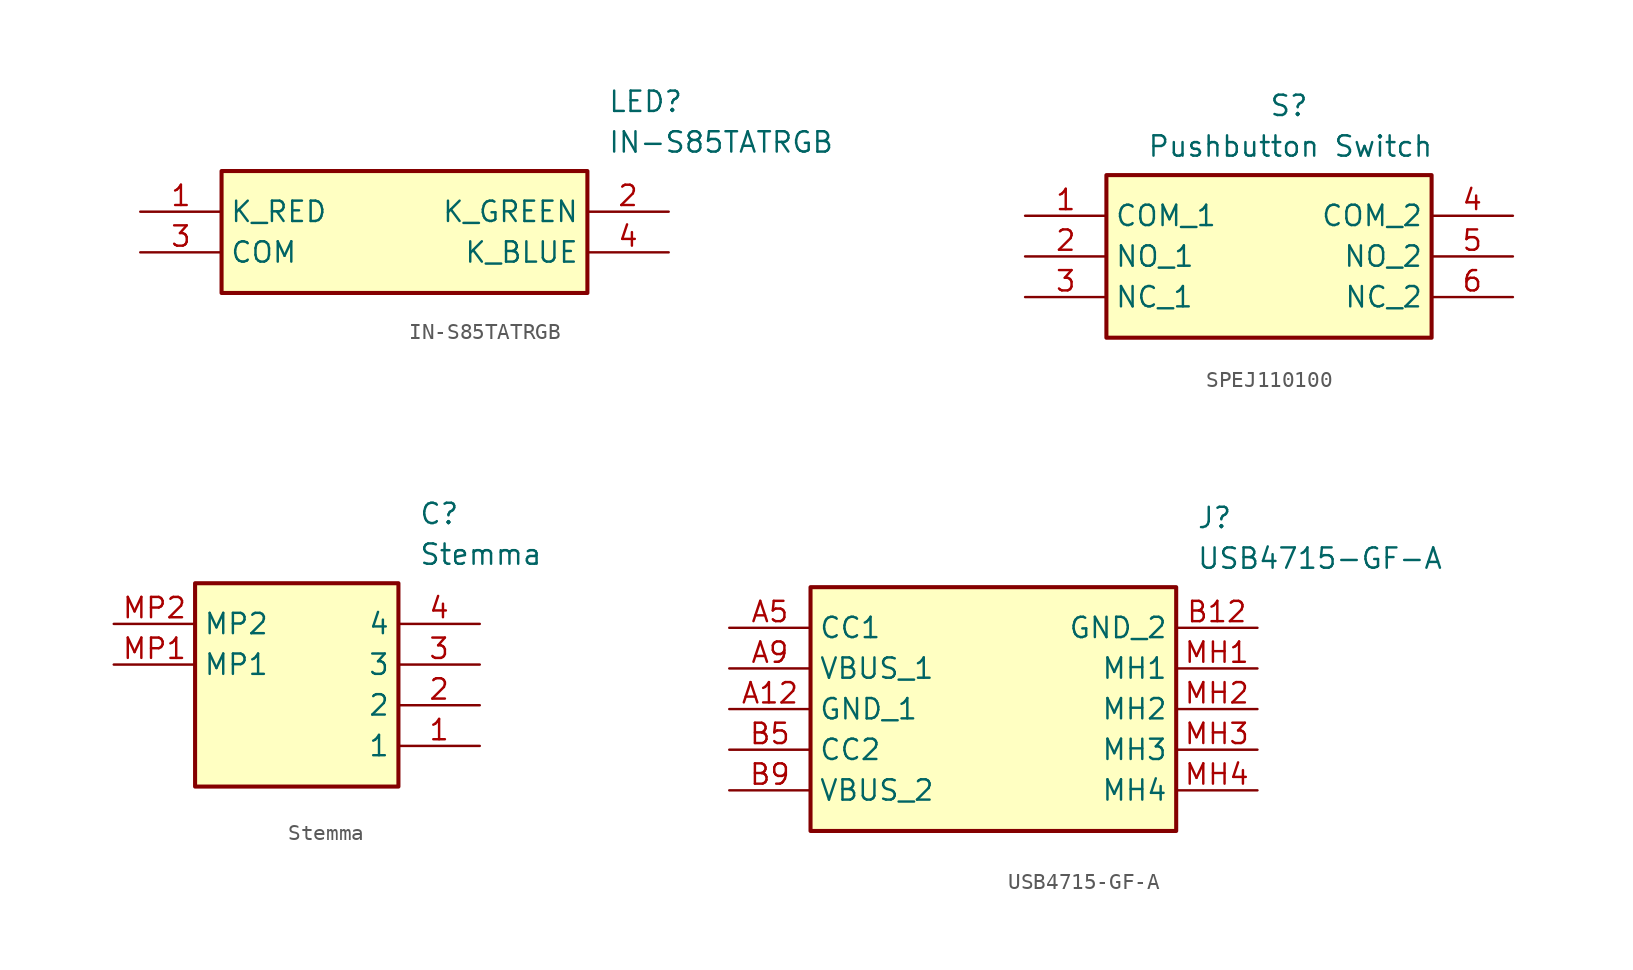
<source format=kicad_sym>
(kicad_symbol_lib
  (version 20220914)
  (generator kicad_symbol_editor)
  (symbol "IN-S85TATRGB"
    (property "Reference" "LED"
      (at 29.21 7.62 0)
      (effects (font (size 1.27 1.27)) (justify left top)))
    (property "Value" "IN-S85TATRGB"
      (at 29.21 5.08 0)
      (effects (font (size 1.27 1.27)) (justify left top)))
    (symbol "IN-S85TATRGB_1_1"
      (rectangle (start 5.08 2.54) (end 27.94 -5.08) (stroke (width 0.254) (type default)) (fill (type background)))
      (pin passive line (at 0 0 0) (length 5.08) (name "K_RED" (effects (font (size 1.27 1.27)))) (number "1" (effects (font (size 1.27 1.27)))))
      (pin passive line (at 33.02 0 180) (length 5.08) (name "K_GREEN" (effects (font (size 1.27 1.27)))) (number "2" (effects (font (size 1.27 1.27)))))
      (pin passive line (at 0 -2.54 0) (length 5.08) (name "COM" (effects (font (size 1.27 1.27)))) (number "3" (effects (font (size 1.27 1.27)))))
      (pin passive line (at 33.02 -2.54 180) (length 5.08) (name "K_BLUE" (effects (font (size 1.27 1.27)))) (number "4" (effects (font (size 1.27 1.27)))))))
  (symbol "SPEJ110100"
    (property "Reference" "S"
      (at 15.24 7.62 0)
      (effects (font (size 1.27 1.27)) (justify left top)))
    (property "Value" "Pushbutton Switch"
      (at 7.62 5.08 0)
      (effects (font (size 1.27 1.27)) (justify left top)))
    (symbol "SPEJ110100_1_1"
      (rectangle (start 5.08 2.54) (end 25.4 -7.62) (stroke (width 0.254) (type default)) (fill (type background)))
      (pin passive line (at 0 0 0) (length 5.08) (name "COM_1" (effects (font (size 1.27 1.27)))) (number "1" (effects (font (size 1.27 1.27)))))
      (pin passive line (at 0 -2.54 0) (length 5.08) (name "NO_1" (effects (font (size 1.27 1.27)))) (number "2" (effects (font (size 1.27 1.27)))))
      (pin passive line (at 0 -5.08 0) (length 5.08) (name "NC_1" (effects (font (size 1.27 1.27)))) (number "3" (effects (font (size 1.27 1.27)))))
      (pin passive line (at 30.48 0 180) (length 5.08) (name "COM_2" (effects (font (size 1.27 1.27)))) (number "4" (effects (font (size 1.27 1.27)))))
      (pin passive line (at 30.48 -2.54 180) (length 5.08) (name "NO_2" (effects (font (size 1.27 1.27)))) (number "5" (effects (font (size 1.27 1.27)))))
      (pin passive line (at 30.48 -5.08 180) (length 5.08) (name "NC_2" (effects (font (size 1.27 1.27)))) (number "6" (effects (font (size 1.27 1.27)))))))
  (symbol "Stemma"
    (property "Reference" "C"
      (at 19.05 7.62 0)
      (effects (font (size 1.27 1.27)) (justify left top)))
    (property "Value" "Stemma"
      (at 19.05 5.08 0)
      (effects (font (size 1.27 1.27)) (justify left top)))
    (symbol "Stemma_1_1"
      (rectangle (start 5.08 2.54) (end 17.78 -10.16) (stroke (width 0.254) (type default)) (fill (type background)))
      (pin passive line (at 22.86 -7.62 180) (length 5.08) (name "1" (effects (font (size 1.27 1.27)))) (number "1" (effects (font (size 1.27 1.27)))))
      (pin passive line (at 22.86 -5.08 180) (length 5.08) (name "2" (effects (font (size 1.27 1.27)))) (number "2" (effects (font (size 1.27 1.27)))))
      (pin passive line (at 22.86 -2.54 180) (length 5.08) (name "3" (effects (font (size 1.27 1.27)))) (number "3" (effects (font (size 1.27 1.27)))))
      (pin passive line (at 22.86 0 180) (length 5.08) (name "4" (effects (font (size 1.27 1.27)))) (number "4" (effects (font (size 1.27 1.27)))))
      (pin passive line (at 0 -2.54 0) (length 5.08) (name "MP1" (effects (font (size 1.27 1.27)))) (number "MP1" (effects (font (size 1.27 1.27)))))
      (pin passive line (at 0 0 0) (length 5.08) (name "MP2" (effects (font (size 1.27 1.27)))) (number "MP2" (effects (font (size 1.27 1.27)))))))
  (symbol "USB4715-GF-A"
    (property "Reference" "J"
      (at 29.21 7.62 0)
      (effects (font (size 1.27 1.27)) (justify left top)))
    (property "Value" "USB4715-GF-A"
      (at 29.21 5.08 0)
      (effects (font (size 1.27 1.27)) (justify left top)))
    (symbol "USB4715-GF-A_1_1"
      (rectangle (start 5.08 2.54) (end 27.94 -12.7) (stroke (width 0.254) (type default)) (fill (type background)))
      (pin passive line (at 0 -5.08 0) (length 5.08) (name "GND_1" (effects (font (size 1.27 1.27)))) (number "A12" (effects (font (size 1.27 1.27)))))
      (pin passive line (at 0 0 0) (length 5.08) (name "CC1" (effects (font (size 1.27 1.27)))) (number "A5" (effects (font (size 1.27 1.27)))))
      (pin passive line (at 0 -2.54 0) (length 5.08) (name "VBUS_1" (effects (font (size 1.27 1.27)))) (number "A9" (effects (font (size 1.27 1.27)))))
      (pin passive line (at 33.02 0 180) (length 5.08) (name "GND_2" (effects (font (size 1.27 1.27)))) (number "B12" (effects (font (size 1.27 1.27)))))
      (pin passive line (at 0 -7.62 0) (length 5.08) (name "CC2" (effects (font (size 1.27 1.27)))) (number "B5" (effects (font (size 1.27 1.27)))))
      (pin passive line (at 0 -10.16 0) (length 5.08) (name "VBUS_2" (effects (font (size 1.27 1.27)))) (number "B9" (effects (font (size 1.27 1.27)))))
      (pin passive line (at 33.02 -2.54 180) (length 5.08) (name "MH1" (effects (font (size 1.27 1.27)))) (number "MH1" (effects (font (size 1.27 1.27)))))
      (pin passive line (at 33.02 -5.08 180) (length 5.08) (name "MH2" (effects (font (size 1.27 1.27)))) (number "MH2" (effects (font (size 1.27 1.27)))))
      (pin passive line (at 33.02 -7.62 180) (length 5.08) (name "MH3" (effects (font (size 1.27 1.27)))) (number "MH3" (effects (font (size 1.27 1.27)))))
      (pin passive line (at 33.02 -10.16 180) (length 5.08) (name "MH4" (effects (font (size 1.27 1.27)))) (number "MH4" (effects (font (size 1.27 1.27))))))))
</source>
